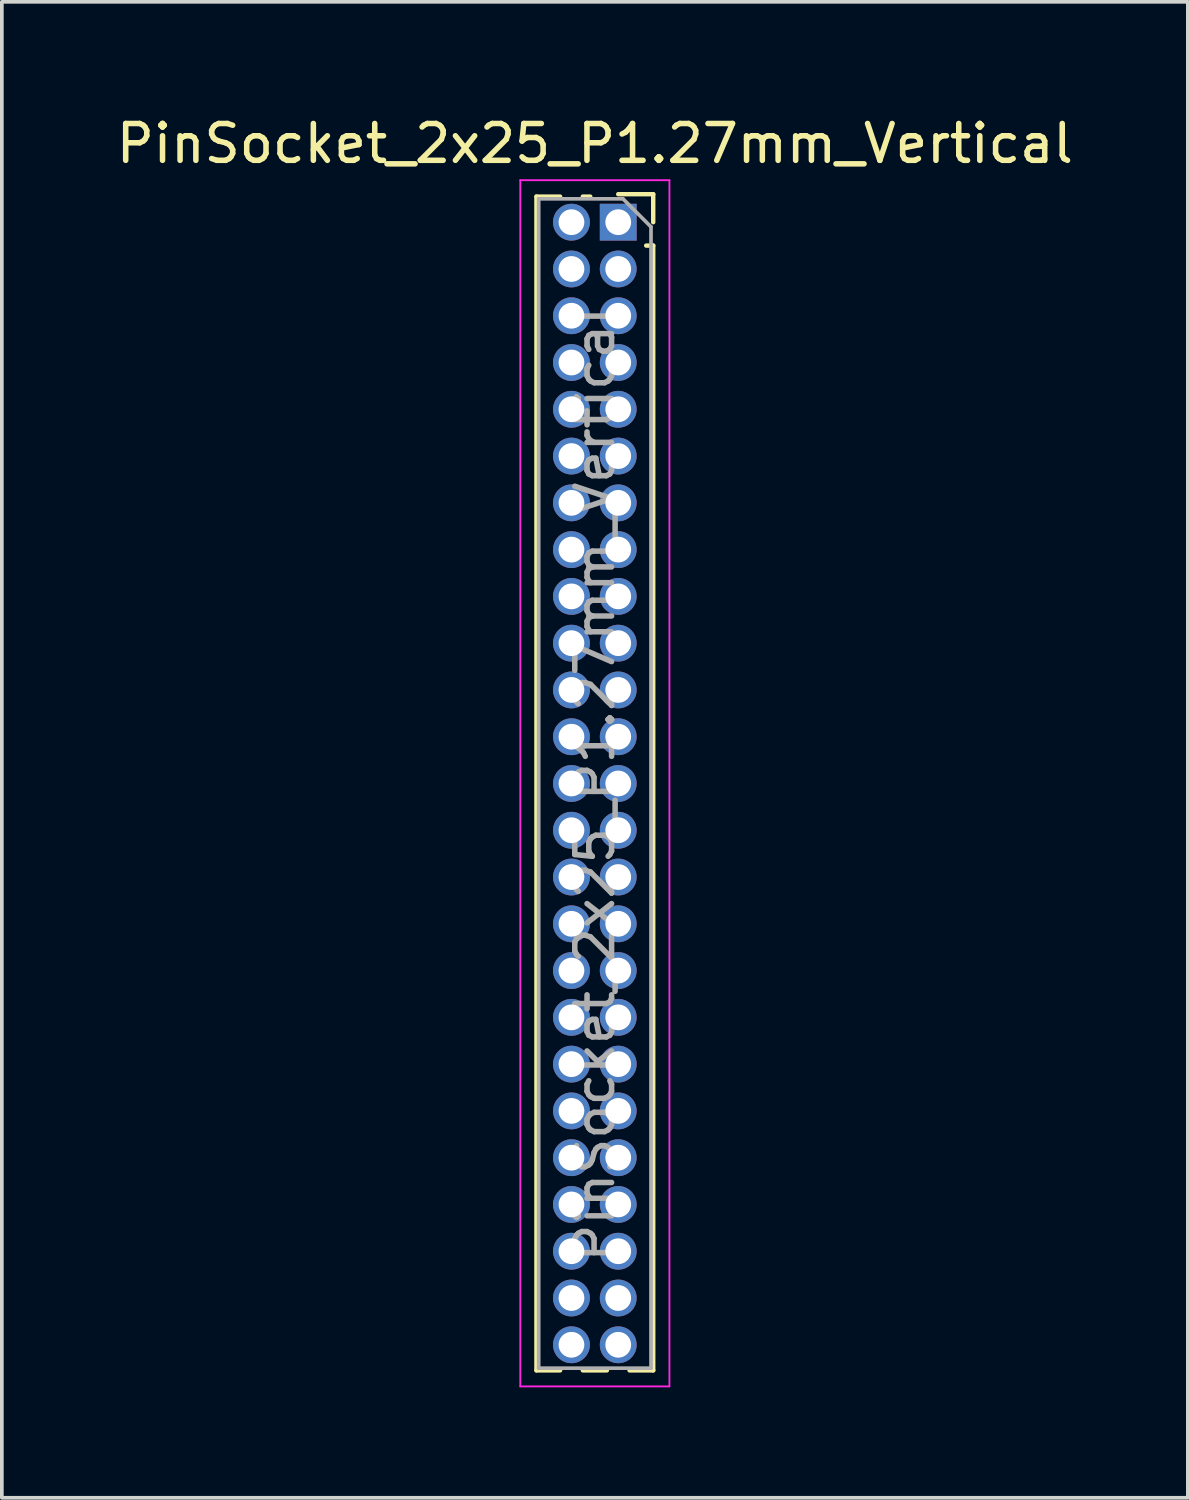
<source format=kicad_pcb>
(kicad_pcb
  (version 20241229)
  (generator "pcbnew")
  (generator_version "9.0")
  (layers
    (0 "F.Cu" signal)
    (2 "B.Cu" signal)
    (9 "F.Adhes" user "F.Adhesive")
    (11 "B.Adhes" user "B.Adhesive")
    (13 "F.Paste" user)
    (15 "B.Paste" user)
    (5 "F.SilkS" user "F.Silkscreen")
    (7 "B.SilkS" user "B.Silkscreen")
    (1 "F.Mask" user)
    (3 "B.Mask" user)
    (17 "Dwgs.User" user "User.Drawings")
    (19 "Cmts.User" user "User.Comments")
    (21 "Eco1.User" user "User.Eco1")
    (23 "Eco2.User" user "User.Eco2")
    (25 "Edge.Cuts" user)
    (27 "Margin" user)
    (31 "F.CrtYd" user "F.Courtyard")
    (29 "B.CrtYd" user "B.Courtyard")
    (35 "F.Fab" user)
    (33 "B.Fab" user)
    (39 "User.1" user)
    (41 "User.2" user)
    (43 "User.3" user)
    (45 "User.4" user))
  (footprint "PinSocket_2x25_P1.27mm_Vertical"
    (layer "F.Cu")
    (at 13.736 2.983)
    (property "Reference" "PinSocket_2x25_P1.27mm_Vertical" (at -0.635 -2.135 0) (layer "F.SilkS") (effects (font (size 1 1) (thickness 0.15))))
    (attr through_hole)
    (fp_line (start -2.22 -0.695) (end -2.22 31.175) (stroke (width 0.12) (type solid)) (layer "F.SilkS"))
    (fp_line (start -2.22 -0.695) (end -1.578 -0.695) (stroke (width 0.12) (type solid)) (layer "F.SilkS"))
    (fp_line (start -2.22 31.175) (end -1.578 31.175) (stroke (width 0.12) (type solid)) (layer "F.SilkS"))
    (fp_line (start -0.962 -0.695) (end -0.76 -0.695) (stroke (width 0.12) (type solid)) (layer "F.SilkS"))
    (fp_line (start -0.962 31.175) (end -0.308 31.175) (stroke (width 0.12) (type solid)) (layer "F.SilkS"))
    (fp_line (start 0 -0.76) (end 0.95 -0.76) (stroke (width 0.12) (type solid)) (layer "F.SilkS"))
    (fp_line (start 0.308 31.175) (end 0.95 31.175) (stroke (width 0.12) (type solid)) (layer "F.SilkS"))
    (fp_line (start 0.76 0.635) (end 0.95 0.635) (stroke (width 0.12) (type solid)) (layer "F.SilkS"))
    (fp_line (start 0.95 -0.76) (end 0.95 0) (stroke (width 0.12) (type solid)) (layer "F.SilkS"))
    (fp_line (start 0.95 0.635) (end 0.95 31.175) (stroke (width 0.12) (type solid)) (layer "F.SilkS"))
    (fp_line (start -2.66 -1.14) (end 1.39 -1.14) (stroke (width 0.05) (type solid)) (layer "F.CrtYd"))
    (fp_line (start -2.66 31.61) (end -2.66 -1.14) (stroke (width 0.05) (type solid)) (layer "F.CrtYd"))
    (fp_line (start 1.39 -1.14) (end 1.39 31.61) (stroke (width 0.05) (type solid)) (layer "F.CrtYd"))
    (fp_line (start 1.39 31.61) (end -2.66 31.61) (stroke (width 0.05) (type solid)) (layer "F.CrtYd"))
    (fp_line (start -2.16 -0.635) (end 0.128 -0.635) (stroke (width 0.1) (type solid)) (layer "F.Fab"))
    (fp_line (start -2.16 31.115) (end -2.16 -0.635) (stroke (width 0.1) (type solid)) (layer "F.Fab"))
    (fp_line (start 0.128 -0.635) (end 0.89 0.127) (stroke (width 0.1) (type solid)) (layer "F.Fab"))
    (fp_line (start 0.89 0.127) (end 0.89 31.115) (stroke (width 0.1) (type solid)) (layer "F.Fab"))
    (fp_line (start 0.89 31.115) (end -2.16 31.115) (stroke (width 0.1) (type solid)) (layer "F.Fab"))
    (fp_text user "${REFERENCE}" (at -0.635 15.24 90) (layer "F.Fab") (effects (font (size 1 1) (thickness 0.15))))
    (pad "1" thru_hole rect (at 0 0) (size 1 1) (drill 0.7) (layers "*.Cu" "*.Mask"))
    (pad "2" thru_hole circle (at -1.27 0) (size 1 1) (drill 0.7) (layers "*.Cu" "*.Mask"))
    (pad "3" thru_hole circle (at 0 1.27) (size 1 1) (drill 0.7) (layers "*.Cu" "*.Mask"))
    (pad "4" thru_hole circle (at -1.27 1.27) (size 1 1) (drill 0.7) (layers "*.Cu" "*.Mask"))
    (pad "5" thru_hole circle (at 0 2.54) (size 1 1) (drill 0.7) (layers "*.Cu" "*.Mask"))
    (pad "6" thru_hole circle (at -1.27 2.54) (size 1 1) (drill 0.7) (layers "*.Cu" "*.Mask"))
    (pad "7" thru_hole circle (at 0 3.81) (size 1 1) (drill 0.7) (layers "*.Cu" "*.Mask"))
    (pad "8" thru_hole circle (at -1.27 3.81) (size 1 1) (drill 0.7) (layers "*.Cu" "*.Mask"))
    (pad "9" thru_hole circle (at 0 5.08) (size 1 1) (drill 0.7) (layers "*.Cu" "*.Mask"))
    (pad "10" thru_hole circle (at -1.27 5.08) (size 1 1) (drill 0.7) (layers "*.Cu" "*.Mask"))
    (pad "11" thru_hole circle (at 0 6.35) (size 1 1) (drill 0.7) (layers "*.Cu" "*.Mask"))
    (pad "12" thru_hole circle (at -1.27 6.35) (size 1 1) (drill 0.7) (layers "*.Cu" "*.Mask"))
    (pad "13" thru_hole circle (at 0 7.62) (size 1 1) (drill 0.7) (layers "*.Cu" "*.Mask"))
    (pad "14" thru_hole circle (at -1.27 7.62) (size 1 1) (drill 0.7) (layers "*.Cu" "*.Mask"))
    (pad "15" thru_hole circle (at 0 8.89) (size 1 1) (drill 0.7) (layers "*.Cu" "*.Mask"))
    (pad "16" thru_hole circle (at -1.27 8.89) (size 1 1) (drill 0.7) (layers "*.Cu" "*.Mask"))
    (pad "17" thru_hole circle (at 0 10.16) (size 1 1) (drill 0.7) (layers "*.Cu" "*.Mask"))
    (pad "18" thru_hole circle (at -1.27 10.16) (size 1 1) (drill 0.7) (layers "*.Cu" "*.Mask"))
    (pad "19" thru_hole circle (at 0 11.43) (size 1 1) (drill 0.7) (layers "*.Cu" "*.Mask"))
    (pad "20" thru_hole circle (at -1.27 11.43) (size 1 1) (drill 0.7) (layers "*.Cu" "*.Mask"))
    (pad "21" thru_hole circle (at 0 12.7) (size 1 1) (drill 0.7) (layers "*.Cu" "*.Mask"))
    (pad "22" thru_hole circle (at -1.27 12.7) (size 1 1) (drill 0.7) (layers "*.Cu" "*.Mask"))
    (pad "23" thru_hole circle (at 0 13.97) (size 1 1) (drill 0.7) (layers "*.Cu" "*.Mask"))
    (pad "24" thru_hole circle (at -1.27 13.97) (size 1 1) (drill 0.7) (layers "*.Cu" "*.Mask"))
    (pad "25" thru_hole circle (at 0 15.24) (size 1 1) (drill 0.7) (layers "*.Cu" "*.Mask"))
    (pad "26" thru_hole circle (at -1.27 15.24) (size 1 1) (drill 0.7) (layers "*.Cu" "*.Mask"))
    (pad "27" thru_hole circle (at 0 16.51) (size 1 1) (drill 0.7) (layers "*.Cu" "*.Mask"))
    (pad "28" thru_hole circle (at -1.27 16.51) (size 1 1) (drill 0.7) (layers "*.Cu" "*.Mask"))
    (pad "29" thru_hole circle (at 0 17.78) (size 1 1) (drill 0.7) (layers "*.Cu" "*.Mask"))
    (pad "30" thru_hole circle (at -1.27 17.78) (size 1 1) (drill 0.7) (layers "*.Cu" "*.Mask"))
    (pad "31" thru_hole circle (at 0 19.05) (size 1 1) (drill 0.7) (layers "*.Cu" "*.Mask"))
    (pad "32" thru_hole circle (at -1.27 19.05) (size 1 1) (drill 0.7) (layers "*.Cu" "*.Mask"))
    (pad "33" thru_hole circle (at 0 20.32) (size 1 1) (drill 0.7) (layers "*.Cu" "*.Mask"))
    (pad "34" thru_hole circle (at -1.27 20.32) (size 1 1) (drill 0.7) (layers "*.Cu" "*.Mask"))
    (pad "35" thru_hole circle (at 0 21.59) (size 1 1) (drill 0.7) (layers "*.Cu" "*.Mask"))
    (pad "36" thru_hole circle (at -1.27 21.59) (size 1 1) (drill 0.7) (layers "*.Cu" "*.Mask"))
    (pad "37" thru_hole circle (at 0 22.86) (size 1 1) (drill 0.7) (layers "*.Cu" "*.Mask"))
    (pad "38" thru_hole circle (at -1.27 22.86) (size 1 1) (drill 0.7) (layers "*.Cu" "*.Mask"))
    (pad "39" thru_hole circle (at 0 24.13) (size 1 1) (drill 0.7) (layers "*.Cu" "*.Mask"))
    (pad "40" thru_hole circle (at -1.27 24.13) (size 1 1) (drill 0.7) (layers "*.Cu" "*.Mask"))
    (pad "41" thru_hole circle (at 0 25.4) (size 1 1) (drill 0.7) (layers "*.Cu" "*.Mask"))
    (pad "42" thru_hole circle (at -1.27 25.4) (size 1 1) (drill 0.7) (layers "*.Cu" "*.Mask"))
    (pad "43" thru_hole circle (at 0 26.67) (size 1 1) (drill 0.7) (layers "*.Cu" "*.Mask"))
    (pad "44" thru_hole circle (at -1.27 26.67) (size 1 1) (drill 0.7) (layers "*.Cu" "*.Mask"))
    (pad "45" thru_hole circle (at 0 27.94) (size 1 1) (drill 0.7) (layers "*.Cu" "*.Mask"))
    (pad "46" thru_hole circle (at -1.27 27.94) (size 1 1) (drill 0.7) (layers "*.Cu" "*.Mask"))
    (pad "47" thru_hole circle (at 0 29.21) (size 1 1) (drill 0.7) (layers "*.Cu" "*.Mask"))
    (pad "48" thru_hole circle (at -1.27 29.21) (size 1 1) (drill 0.7) (layers "*.Cu" "*.Mask"))
    (pad "49" thru_hole circle (at 0 30.48) (size 1 1) (drill 0.7) (layers "*.Cu" "*.Mask"))
    (pad "50" thru_hole circle (at -1.27 30.48) (size 1 1) (drill 0.7) (layers "*.Cu" "*.Mask")))
  (gr_rect
    (start -3 -3)
    (end 29.202 37.618)
    (stroke (width 0.1) (type default))
    (fill no)
    (layer "Edge.Cuts")))
</source>
